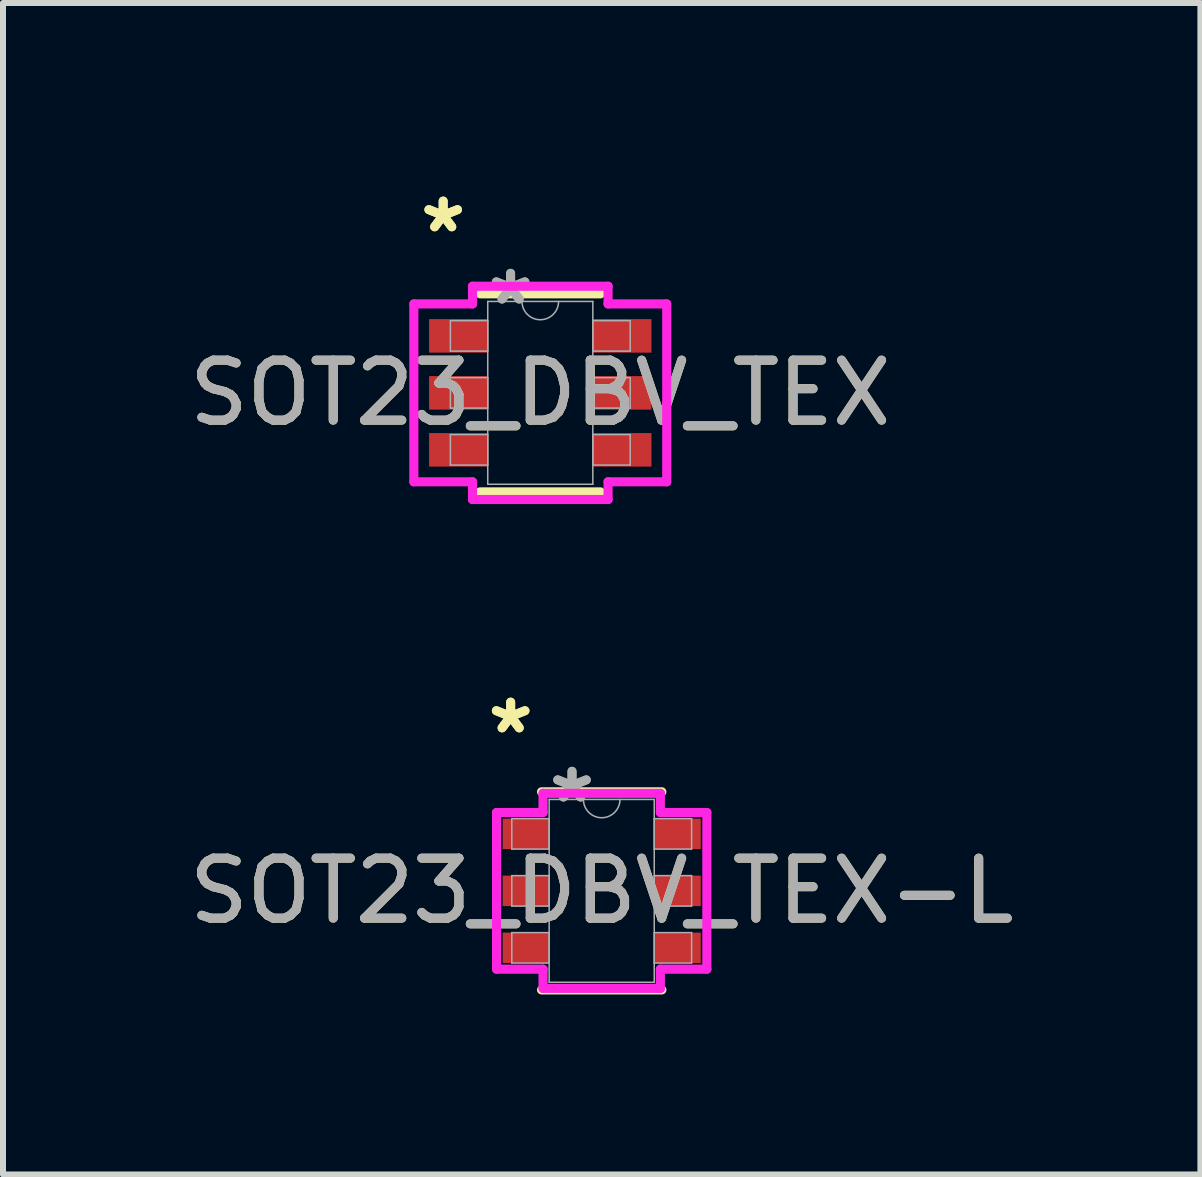
<source format=kicad_pcb>
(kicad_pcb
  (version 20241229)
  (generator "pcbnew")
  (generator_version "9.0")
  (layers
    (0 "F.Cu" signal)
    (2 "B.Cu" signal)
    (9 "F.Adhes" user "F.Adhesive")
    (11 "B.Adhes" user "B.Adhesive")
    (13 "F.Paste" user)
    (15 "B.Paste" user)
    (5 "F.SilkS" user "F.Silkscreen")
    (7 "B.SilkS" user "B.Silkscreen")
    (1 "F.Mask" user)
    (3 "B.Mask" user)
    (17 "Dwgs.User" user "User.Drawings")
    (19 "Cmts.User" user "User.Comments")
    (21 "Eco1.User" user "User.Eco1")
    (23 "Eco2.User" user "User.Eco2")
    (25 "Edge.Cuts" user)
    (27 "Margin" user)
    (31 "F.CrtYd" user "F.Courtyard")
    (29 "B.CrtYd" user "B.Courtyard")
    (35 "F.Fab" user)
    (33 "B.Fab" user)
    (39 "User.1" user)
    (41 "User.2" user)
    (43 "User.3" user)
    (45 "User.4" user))
  (footprint "SOT23_DBV_TEX"
    (layer "F.Cu")
    (at 5.958 3.5)
    (property "Reference" "SOT23_DBV_TEX" (at 0 0 0) (unlocked yes) (layer "F.SilkS") (effects (font (size 1 1) (thickness 0.15))))
    (attr smd)
    (fp_line (start -1.003 1.651) (end 1.003 1.651) (stroke (width 0.152) (type solid)) (layer "F.SilkS"))
    (fp_line (start 1.003 -1.651) (end -1.003 -1.651) (stroke (width 0.152) (type solid)) (layer "F.SilkS"))
    (fp_line (start -2.108 -1.483) (end -1.13 -1.483) (stroke (width 0.152) (type solid)) (layer "F.CrtYd"))
    (fp_line (start -2.108 1.483) (end -2.108 -1.483) (stroke (width 0.152) (type solid)) (layer "F.CrtYd"))
    (fp_line (start -2.108 1.483) (end -1.13 1.483) (stroke (width 0.152) (type solid)) (layer "F.CrtYd"))
    (fp_line (start -1.13 -1.778) (end 1.13 -1.778) (stroke (width 0.152) (type solid)) (layer "F.CrtYd"))
    (fp_line (start -1.13 -1.483) (end -1.13 -1.778) (stroke (width 0.152) (type solid)) (layer "F.CrtYd"))
    (fp_line (start -1.13 1.778) (end -1.13 1.483) (stroke (width 0.152) (type solid)) (layer "F.CrtYd"))
    (fp_line (start 1.13 -1.778) (end 1.13 -1.483) (stroke (width 0.152) (type solid)) (layer "F.CrtYd"))
    (fp_line (start 1.13 1.483) (end 1.13 1.778) (stroke (width 0.152) (type solid)) (layer "F.CrtYd"))
    (fp_line (start 1.13 1.778) (end -1.13 1.778) (stroke (width 0.152) (type solid)) (layer "F.CrtYd"))
    (fp_line (start 2.108 -1.483) (end 1.13 -1.483) (stroke (width 0.152) (type solid)) (layer "F.CrtYd"))
    (fp_line (start 2.108 -1.483) (end 2.108 1.483) (stroke (width 0.152) (type solid)) (layer "F.CrtYd"))
    (fp_line (start 2.108 1.483) (end 1.13 1.483) (stroke (width 0.152) (type solid)) (layer "F.CrtYd"))
    (fp_line (start -1.499 -1.204) (end -1.499 -0.696) (stroke (width 0.025) (type solid)) (layer "F.Fab"))
    (fp_line (start -1.499 -0.696) (end -0.876 -0.696) (stroke (width 0.025) (type solid)) (layer "F.Fab"))
    (fp_line (start -1.499 -0.254) (end -1.499 0.254) (stroke (width 0.025) (type solid)) (layer "F.Fab"))
    (fp_line (start -1.499 0.254) (end -0.876 0.254) (stroke (width 0.025) (type solid)) (layer "F.Fab"))
    (fp_line (start -1.499 0.696) (end -1.499 1.204) (stroke (width 0.025) (type solid)) (layer "F.Fab"))
    (fp_line (start -1.499 1.204) (end -0.876 1.204) (stroke (width 0.025) (type solid)) (layer "F.Fab"))
    (fp_line (start -0.876 -1.524) (end -0.876 1.524) (stroke (width 0.025) (type solid)) (layer "F.Fab"))
    (fp_line (start -0.876 -1.204) (end -1.499 -1.204) (stroke (width 0.025) (type solid)) (layer "F.Fab"))
    (fp_line (start -0.876 -0.696) (end -0.876 -1.204) (stroke (width 0.025) (type solid)) (layer "F.Fab"))
    (fp_line (start -0.876 -0.254) (end -1.499 -0.254) (stroke (width 0.025) (type solid)) (layer "F.Fab"))
    (fp_line (start -0.876 0.254) (end -0.876 -0.254) (stroke (width 0.025) (type solid)) (layer "F.Fab"))
    (fp_line (start -0.876 0.696) (end -1.499 0.696) (stroke (width 0.025) (type solid)) (layer "F.Fab"))
    (fp_line (start -0.876 1.204) (end -0.876 0.696) (stroke (width 0.025) (type solid)) (layer "F.Fab"))
    (fp_line (start -0.876 1.524) (end 0.876 1.524) (stroke (width 0.025) (type solid)) (layer "F.Fab"))
    (fp_line (start 0.876 -1.524) (end -0.876 -1.524) (stroke (width 0.025) (type solid)) (layer "F.Fab"))
    (fp_line (start 0.876 -1.204) (end 0.876 -0.696) (stroke (width 0.025) (type solid)) (layer "F.Fab"))
    (fp_line (start 0.876 -0.696) (end 1.499 -0.696) (stroke (width 0.025) (type solid)) (layer "F.Fab"))
    (fp_line (start 0.876 -0.254) (end 0.876 0.254) (stroke (width 0.025) (type solid)) (layer "F.Fab"))
    (fp_line (start 0.876 0.254) (end 1.499 0.254) (stroke (width 0.025) (type solid)) (layer "F.Fab"))
    (fp_line (start 0.876 0.696) (end 0.876 1.204) (stroke (width 0.025) (type solid)) (layer "F.Fab"))
    (fp_line (start 0.876 1.204) (end 1.499 1.204) (stroke (width 0.025) (type solid)) (layer "F.Fab"))
    (fp_line (start 0.876 1.524) (end 0.876 -1.524) (stroke (width 0.025) (type solid)) (layer "F.Fab"))
    (fp_line (start 1.499 -1.204) (end 0.876 -1.204) (stroke (width 0.025) (type solid)) (layer "F.Fab"))
    (fp_line (start 1.499 -0.696) (end 1.499 -1.204) (stroke (width 0.025) (type solid)) (layer "F.Fab"))
    (fp_line (start 1.499 -0.254) (end 0.876 -0.254) (stroke (width 0.025) (type solid)) (layer "F.Fab"))
    (fp_line (start 1.499 0.254) (end 1.499 -0.254) (stroke (width 0.025) (type solid)) (layer "F.Fab"))
    (fp_line (start 1.499 0.696) (end 0.876 0.696) (stroke (width 0.025) (type solid)) (layer "F.Fab"))
    (fp_line (start 1.499 1.204) (end 1.499 0.696) (stroke (width 0.025) (type solid)) (layer "F.Fab"))
    (fp_arc (start 0.3048 -1.524) (mid 0 -1.2192) (end -0.3048 -1.524) (stroke (width 0.0254) (type solid)) (layer "F.Fab"))
    (fp_text user "*" (at -1.619 -2.652 0) (layer "F.SilkS") (effects (font (size 1 1) (thickness 0.15))))
    (fp_text user "*" (at -1.619 -2.652 0) (unlocked yes) (layer "F.SilkS") (effects (font (size 1 1) (thickness 0.15))))
    (fp_text user "${REFERENCE}" (at 0 0 0) (unlocked yes) (layer "F.Fab") (effects (font (size 1 1) (thickness 0.15))))
    (fp_text user "*" (at -0.495 -1.448 0) (unlocked yes) (layer "F.Fab") (effects (font (size 1 1) (thickness 0.15))))
    (fp_text user "*" (at -0.495 -1.448 0) (layer "F.Fab") (effects (font (size 1 1) (thickness 0.15))))
    (pad "1" smd rect (at -1.365 -0.95) (size 0.978 0.559) (layers "F.Cu" "F.Mask" "F.Paste"))
    (pad "2" smd rect (at -1.365 0) (size 0.978 0.559) (layers "F.Cu" "F.Mask" "F.Paste"))
    (pad "3" smd rect (at -1.365 0.95) (size 0.978 0.559) (layers "F.Cu" "F.Mask" "F.Paste"))
    (pad "4" smd rect (at 1.365 0.95) (size 0.978 0.559) (layers "F.Cu" "F.Mask" "F.Paste"))
    (pad "5" smd rect (at 1.365 0) (size 0.978 0.559) (layers "F.Cu" "F.Mask" "F.Paste"))
    (pad "6" smd rect (at 1.365 -0.95) (size 0.978 0.559) (layers "F.Cu" "F.Mask" "F.Paste")))
  (footprint "SOT23_DBV_TEX-L"
    (layer "F.Cu")
    (at 6.982 11.803)
    (property "Reference" "SOT23_DBV_TEX-L" (at 0 0 0) (unlocked yes) (layer "F.SilkS") (effects (font (size 1 1) (thickness 0.15))))
    (attr smd)
    (fp_line (start -1.003 1.651) (end 1.003 1.651) (stroke (width 0.152) (type solid)) (layer "F.SilkS"))
    (fp_line (start 1.003 -1.651) (end -1.003 -1.651) (stroke (width 0.152) (type solid)) (layer "F.SilkS"))
    (fp_line (start -1.753 -1.306) (end -0.978 -1.306) (stroke (width 0.152) (type solid)) (layer "F.CrtYd"))
    (fp_line (start -1.753 1.306) (end -1.753 -1.306) (stroke (width 0.152) (type solid)) (layer "F.CrtYd"))
    (fp_line (start -1.753 1.306) (end -0.978 1.306) (stroke (width 0.152) (type solid)) (layer "F.CrtYd"))
    (fp_line (start -0.978 -1.626) (end 0.978 -1.626) (stroke (width 0.152) (type solid)) (layer "F.CrtYd"))
    (fp_line (start -0.978 -1.306) (end -0.978 -1.626) (stroke (width 0.152) (type solid)) (layer "F.CrtYd"))
    (fp_line (start -0.978 1.626) (end -0.978 1.306) (stroke (width 0.152) (type solid)) (layer "F.CrtYd"))
    (fp_line (start 0.978 -1.626) (end 0.978 -1.306) (stroke (width 0.152) (type solid)) (layer "F.CrtYd"))
    (fp_line (start 0.978 1.306) (end 0.978 1.626) (stroke (width 0.152) (type solid)) (layer "F.CrtYd"))
    (fp_line (start 0.978 1.626) (end -0.978 1.626) (stroke (width 0.152) (type solid)) (layer "F.CrtYd"))
    (fp_line (start 1.753 -1.306) (end 0.978 -1.306) (stroke (width 0.152) (type solid)) (layer "F.CrtYd"))
    (fp_line (start 1.753 -1.306) (end 1.753 1.306) (stroke (width 0.152) (type solid)) (layer "F.CrtYd"))
    (fp_line (start 1.753 1.306) (end 0.978 1.306) (stroke (width 0.152) (type solid)) (layer "F.CrtYd"))
    (fp_line (start -1.499 -1.204) (end -1.499 -0.696) (stroke (width 0.025) (type solid)) (layer "F.Fab"))
    (fp_line (start -1.499 -0.696) (end -0.876 -0.696) (stroke (width 0.025) (type solid)) (layer "F.Fab"))
    (fp_line (start -1.499 -0.254) (end -1.499 0.254) (stroke (width 0.025) (type solid)) (layer "F.Fab"))
    (fp_line (start -1.499 0.254) (end -0.876 0.254) (stroke (width 0.025) (type solid)) (layer "F.Fab"))
    (fp_line (start -1.499 0.696) (end -1.499 1.204) (stroke (width 0.025) (type solid)) (layer "F.Fab"))
    (fp_line (start -1.499 1.204) (end -0.876 1.204) (stroke (width 0.025) (type solid)) (layer "F.Fab"))
    (fp_line (start -0.876 -1.524) (end -0.876 1.524) (stroke (width 0.025) (type solid)) (layer "F.Fab"))
    (fp_line (start -0.876 -1.204) (end -1.499 -1.204) (stroke (width 0.025) (type solid)) (layer "F.Fab"))
    (fp_line (start -0.876 -0.696) (end -0.876 -1.204) (stroke (width 0.025) (type solid)) (layer "F.Fab"))
    (fp_line (start -0.876 -0.254) (end -1.499 -0.254) (stroke (width 0.025) (type solid)) (layer "F.Fab"))
    (fp_line (start -0.876 0.254) (end -0.876 -0.254) (stroke (width 0.025) (type solid)) (layer "F.Fab"))
    (fp_line (start -0.876 0.696) (end -1.499 0.696) (stroke (width 0.025) (type solid)) (layer "F.Fab"))
    (fp_line (start -0.876 1.204) (end -0.876 0.696) (stroke (width 0.025) (type solid)) (layer "F.Fab"))
    (fp_line (start -0.876 1.524) (end 0.876 1.524) (stroke (width 0.025) (type solid)) (layer "F.Fab"))
    (fp_line (start 0.876 -1.524) (end -0.876 -1.524) (stroke (width 0.025) (type solid)) (layer "F.Fab"))
    (fp_line (start 0.876 -1.204) (end 0.876 -0.696) (stroke (width 0.025) (type solid)) (layer "F.Fab"))
    (fp_line (start 0.876 -0.696) (end 1.499 -0.696) (stroke (width 0.025) (type solid)) (layer "F.Fab"))
    (fp_line (start 0.876 -0.254) (end 0.876 0.254) (stroke (width 0.025) (type solid)) (layer "F.Fab"))
    (fp_line (start 0.876 0.254) (end 1.499 0.254) (stroke (width 0.025) (type solid)) (layer "F.Fab"))
    (fp_line (start 0.876 0.696) (end 0.876 1.204) (stroke (width 0.025) (type solid)) (layer "F.Fab"))
    (fp_line (start 0.876 1.204) (end 1.499 1.204) (stroke (width 0.025) (type solid)) (layer "F.Fab"))
    (fp_line (start 0.876 1.524) (end 0.876 -1.524) (stroke (width 0.025) (type solid)) (layer "F.Fab"))
    (fp_line (start 1.499 -1.204) (end 0.876 -1.204) (stroke (width 0.025) (type solid)) (layer "F.Fab"))
    (fp_line (start 1.499 -0.696) (end 1.499 -1.204) (stroke (width 0.025) (type solid)) (layer "F.Fab"))
    (fp_line (start 1.499 -0.254) (end 0.876 -0.254) (stroke (width 0.025) (type solid)) (layer "F.Fab"))
    (fp_line (start 1.499 0.254) (end 1.499 -0.254) (stroke (width 0.025) (type solid)) (layer "F.Fab"))
    (fp_line (start 1.499 0.696) (end 0.876 0.696) (stroke (width 0.025) (type solid)) (layer "F.Fab"))
    (fp_line (start 1.499 1.204) (end 1.499 0.696) (stroke (width 0.025) (type solid)) (layer "F.Fab"))
    (fp_arc (start 0.3048 -1.524) (mid 0 -1.2192) (end -0.3048 -1.524) (stroke (width 0.0254) (type solid)) (layer "F.Fab"))
    (fp_text user "*" (at -1.518 -2.601 0) (unlocked yes) (layer "F.SilkS") (effects (font (size 1 1) (thickness 0.15))))
    (fp_text user "*" (at -1.518 -2.601 0) (layer "F.SilkS") (effects (font (size 1 1) (thickness 0.15))))
    (fp_text user "${REFERENCE}" (at 0 0 0) (unlocked yes) (layer "F.Fab") (effects (font (size 1 1) (thickness 0.15))))
    (fp_text user "*" (at -0.495 -1.448 0) (unlocked yes) (layer "F.Fab") (effects (font (size 1 1) (thickness 0.15))))
    (fp_text user "*" (at -0.495 -1.448 0) (layer "F.Fab") (effects (font (size 1 1) (thickness 0.15))))
    (pad "1" smd rect (at -1.264 -0.95) (size 0.775 0.508) (layers "F.Cu" "F.Mask" "F.Paste"))
    (pad "2" smd rect (at -1.264 0) (size 0.775 0.508) (layers "F.Cu" "F.Mask" "F.Paste"))
    (pad "3" smd rect (at -1.264 0.95) (size 0.775 0.508) (layers "F.Cu" "F.Mask" "F.Paste"))
    (pad "4" smd rect (at 1.264 0.95) (size 0.775 0.508) (layers "F.Cu" "F.Mask" "F.Paste"))
    (pad "5" smd rect (at 1.264 0) (size 0.775 0.508) (layers "F.Cu" "F.Mask" "F.Paste"))
    (pad "6" smd rect (at 1.264 -0.95) (size 0.775 0.508) (layers "F.Cu" "F.Mask" "F.Paste")))
  (gr_rect
    (start -3 -3)
    (end 16.964 16.531)
    (stroke (width 0.1) (type default))
    (fill no)
    (layer "Edge.Cuts")))
</source>
